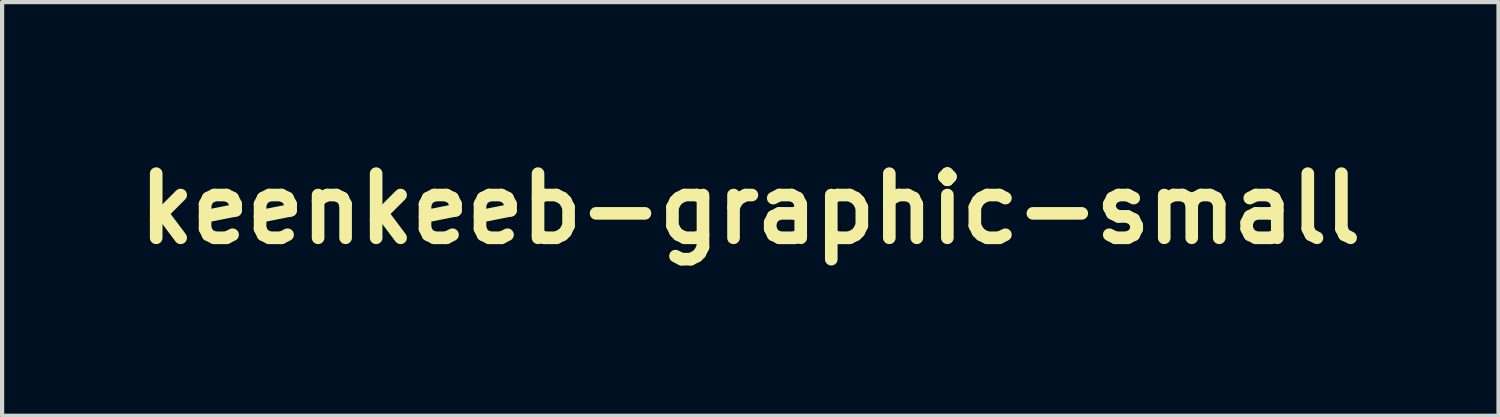
<source format=kicad_pcb>
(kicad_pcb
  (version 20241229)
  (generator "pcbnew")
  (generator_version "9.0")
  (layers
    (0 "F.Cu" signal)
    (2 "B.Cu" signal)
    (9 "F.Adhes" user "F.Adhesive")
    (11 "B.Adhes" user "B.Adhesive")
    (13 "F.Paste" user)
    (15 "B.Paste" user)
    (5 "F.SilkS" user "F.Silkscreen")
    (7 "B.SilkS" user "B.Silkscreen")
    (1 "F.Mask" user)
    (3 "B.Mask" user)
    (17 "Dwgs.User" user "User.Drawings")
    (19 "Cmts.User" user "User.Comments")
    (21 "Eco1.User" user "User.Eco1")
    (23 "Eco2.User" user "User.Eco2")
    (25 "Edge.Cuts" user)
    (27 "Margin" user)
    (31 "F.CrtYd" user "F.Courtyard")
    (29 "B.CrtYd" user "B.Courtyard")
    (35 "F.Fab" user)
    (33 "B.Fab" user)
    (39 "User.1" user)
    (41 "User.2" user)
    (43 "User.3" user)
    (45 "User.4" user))
  (footprint "keenkeeb-graphic-small"
    (layer "F.Cu")
    (at 14.776 1.91)
    (property "Reference" "keenkeeb-graphic-small" (at 0 0 0) (layer "F.SilkS") (effects (font (size 1.524 1.524) (thickness 0.3))))
    (attr through_hole)
    (fp_poly (pts (xy 1.222 -0.697) (xy 1.226 0.511) (xy 1.482 -0.084) (xy 1.738 -0.679) (xy 2.329 -0.683) (xy 2.449 -0.683) (xy 2.561 -0.683) (xy 2.662 -0.683) (xy 2.75 -0.683) (xy 2.822 -0.682) (xy 2.877 -0.682) (xy 2.91 -0.68) (xy 2.921 -0.679) (xy 2.915 -0.667) (xy 2.897 -0.636) (xy 2.868 -0.586) (xy 2.83 -0.522) (xy 2.784 -0.443) (xy 2.731 -0.354) (xy 2.673 -0.255) (xy 2.61 -0.149) (xy 2.595 -0.124) (xy 2.531 -0.015) (xy 2.47 0.087) (xy 2.415 0.182) (xy 2.366 0.266) (xy 2.324 0.338) (xy 2.291 0.395) (xy 2.269 0.435) (xy 2.258 0.456) (xy 2.257 0.457) (xy 2.256 0.466) (xy 2.258 0.48) (xy 2.264 0.499) (xy 2.275 0.527) (xy 2.292 0.564) (xy 2.315 0.612) (xy 2.346 0.674) (xy 2.385 0.75) (xy 2.434 0.843) (xy 2.492 0.954) (xy 2.561 1.085) (xy 2.595 1.15) (xy 2.659 1.27) (xy 2.719 1.384) (xy 2.775 1.489) (xy 2.825 1.584) (xy 2.868 1.667) (xy 2.904 1.735) (xy 2.931 1.787) (xy 2.948 1.82) (xy 2.953 1.832) (xy 2.954 1.837) (xy 2.951 1.842) (xy 2.941 1.845) (xy 2.924 1.848) (xy 2.895 1.85) (xy 2.855 1.851) (xy 2.799 1.852) (xy 2.727 1.852) (xy 2.636 1.852) (xy 2.524 1.852) (xy 2.389 1.851) (xy 2.376 1.851) (xy 1.789 1.848) (xy 1.226 0.544) (xy 1.222 1.199) (xy 1.219 1.854) (xy 0.165 1.854) (xy 0.165 -1.905) (xy 1.219 -1.905) (xy 1.222 -0.697)) (stroke (width 0.01) (type solid)) (fill yes) (layer "F.Mask"))
    (fp_poly (pts (xy -1.076 -0.743) (xy -0.927 -0.719) (xy -0.794 -0.677) (xy -0.679 -0.616) (xy -0.58 -0.536) (xy -0.498 -0.436) (xy -0.431 -0.317) (xy -0.381 -0.178) (xy -0.362 -0.105) (xy -0.354 -0.063) (xy -0.346 -0.02) (xy -0.34 0.026) (xy -0.334 0.078) (xy -0.33 0.138) (xy -0.326 0.207) (xy -0.323 0.288) (xy -0.321 0.383) (xy -0.32 0.494) (xy -0.319 0.623) (xy -0.318 0.773) (xy -0.318 0.944) (xy -0.318 1.032) (xy -0.318 1.854) (xy -1.37 1.854) (xy -1.374 1.064) (xy -1.375 0.902) (xy -1.376 0.765) (xy -1.376 0.648) (xy -1.377 0.551) (xy -1.378 0.471) (xy -1.38 0.406) (xy -1.382 0.355) (xy -1.384 0.315) (xy -1.386 0.284) (xy -1.389 0.26) (xy -1.393 0.241) (xy -1.398 0.226) (xy -1.403 0.211) (xy -1.407 0.202) (xy -1.448 0.126) (xy -1.504 0.072) (xy -1.573 0.038) (xy -1.656 0.026) (xy -1.666 0.026) (xy -1.75 0.037) (xy -1.822 0.071) (xy -1.88 0.126) (xy -1.925 0.201) (xy -1.943 0.249) (xy -1.948 0.267) (xy -1.953 0.286) (xy -1.956 0.307) (xy -1.96 0.333) (xy -1.962 0.366) (xy -1.964 0.407) (xy -1.966 0.46) (xy -1.967 0.525) (xy -1.968 0.606) (xy -1.968 0.704) (xy -1.968 0.821) (xy -1.968 0.96) (xy -1.968 1.094) (xy -1.968 1.854) (xy -3.023 1.854) (xy -3.023 -0.686) (xy -1.968 -0.686) (xy -1.968 -0.489) (xy -1.968 -0.421) (xy -1.966 -0.364) (xy -1.964 -0.321) (xy -1.961 -0.296) (xy -1.959 -0.292) (xy -1.946 -0.302) (xy -1.929 -0.327) (xy -1.924 -0.333) (xy -1.894 -0.376) (xy -1.848 -0.428) (xy -1.794 -0.484) (xy -1.736 -0.536) (xy -1.682 -0.58) (xy -1.658 -0.597) (xy -1.545 -0.657) (xy -1.418 -0.704) (xy -1.285 -0.734) (xy -1.153 -0.745) (xy -1.076 -0.743)) (stroke (width 0.01) (type solid)) (fill yes) (layer "F.Mask"))
    (fp_poly (pts (xy -10.668 -0.696) (xy -10.668 -0.511) (xy -10.668 -0.337) (xy -10.667 -0.175) (xy -10.666 -0.027) (xy -10.665 0.106) (xy -10.664 0.222) (xy -10.663 0.32) (xy -10.662 0.398) (xy -10.66 0.456) (xy -10.659 0.49) (xy -10.657 0.501) (xy -10.657 0.501) (xy -10.65 0.487) (xy -10.634 0.452) (xy -10.61 0.399) (xy -10.579 0.329) (xy -10.542 0.244) (xy -10.5 0.148) (xy -10.454 0.041) (xy -10.404 -0.072) (xy -10.393 -0.098) (xy -10.141 -0.686) (xy -8.951 -0.686) (xy -8.977 -0.645) (xy -8.994 -0.616) (xy -9.021 -0.571) (xy -9.057 -0.511) (xy -9.1 -0.438) (xy -9.149 -0.356) (xy -9.201 -0.267) (xy -9.257 -0.173) (xy -9.314 -0.077) (xy -9.37 0.019) (xy -9.425 0.112) (xy -9.477 0.2) (xy -9.524 0.28) (xy -9.565 0.349) (xy -9.599 0.407) (xy -9.623 0.448) (xy -9.637 0.472) (xy -9.639 0.477) (xy -9.634 0.489) (xy -9.617 0.521) (xy -9.591 0.572) (xy -9.555 0.639) (xy -9.513 0.721) (xy -9.463 0.815) (xy -9.408 0.919) (xy -9.348 1.032) (xy -9.298 1.127) (xy -9.235 1.246) (xy -9.175 1.36) (xy -9.119 1.466) (xy -9.068 1.562) (xy -9.024 1.645) (xy -8.988 1.715) (xy -8.96 1.767) (xy -8.942 1.801) (xy -8.936 1.813) (xy -8.915 1.854) (xy -9.502 1.854) (xy -10.09 1.854) (xy -10.368 1.209) (xy -10.42 1.089) (xy -10.47 0.975) (xy -10.515 0.87) (xy -10.556 0.777) (xy -10.591 0.697) (xy -10.62 0.633) (xy -10.641 0.586) (xy -10.654 0.559) (xy -10.657 0.553) (xy -10.659 0.563) (xy -10.661 0.596) (xy -10.663 0.65) (xy -10.665 0.723) (xy -10.666 0.813) (xy -10.667 0.917) (xy -10.668 1.034) (xy -10.668 1.161) (xy -10.668 1.198) (xy -10.668 1.854) (xy -11.722 1.854) (xy -11.722 -1.905) (xy -10.668 -1.905) (xy -10.668 -0.696)) (stroke (width 0.01) (type solid)) (fill yes) (layer "F.Mask"))
    (fp_poly (pts (xy 4.599 -0.731) (xy 4.777 -0.702) (xy 4.941 -0.654) (xy 5.089 -0.585) (xy 5.221 -0.498) (xy 5.336 -0.392) (xy 5.435 -0.267) (xy 5.512 -0.133) (xy 5.554 -0.039) (xy 5.587 0.057) (xy 5.613 0.159) (xy 5.632 0.27) (xy 5.644 0.395) (xy 5.65 0.537) (xy 5.652 0.666) (xy 5.652 0.889) (xy 4.075 0.889) (xy 4.084 0.918) (xy 4.124 1.004) (xy 4.185 1.078) (xy 4.267 1.139) (xy 4.368 1.186) (xy 4.466 1.213) (xy 4.531 1.223) (xy 4.614 1.229) (xy 4.707 1.231) (xy 4.801 1.23) (xy 4.891 1.224) (xy 4.948 1.218) (xy 5.036 1.203) (xy 5.133 1.181) (xy 5.227 1.155) (xy 5.308 1.128) (xy 5.331 1.12) (xy 5.397 1.093) (xy 5.397 1.761) (xy 5.293 1.795) (xy 5.134 1.839) (xy 4.958 1.873) (xy 4.773 1.897) (xy 4.586 1.911) (xy 4.405 1.912) (xy 4.28 1.906) (xy 4.08 1.878) (xy 3.896 1.831) (xy 3.728 1.766) (xy 3.578 1.683) (xy 3.445 1.582) (xy 3.331 1.465) (xy 3.237 1.333) (xy 3.161 1.185) (xy 3.107 1.024) (xy 3.073 0.849) (xy 3.061 0.661) (xy 3.071 0.462) (xy 3.075 0.425) (xy 3.098 0.294) (xy 4.077 0.294) (xy 4.077 0.33) (xy 4.715 0.33) (xy 4.708 0.23) (xy 4.693 0.125) (xy 4.661 0.039) (xy 4.612 -0.028) (xy 4.547 -0.075) (xy 4.466 -0.104) (xy 4.447 -0.108) (xy 4.372 -0.108) (xy 4.298 -0.086) (xy 4.231 -0.043) (xy 4.175 0.017) (xy 4.147 0.062) (xy 4.122 0.12) (xy 4.1 0.183) (xy 4.084 0.242) (xy 4.077 0.289) (xy 4.077 0.294) (xy 3.098 0.294) (xy 3.108 0.237) (xy 3.16 0.066) (xy 3.232 -0.09) (xy 3.323 -0.232) (xy 3.434 -0.361) (xy 3.441 -0.368) (xy 3.576 -0.485) (xy 3.724 -0.579) (xy 3.885 -0.652) (xy 4.058 -0.703) (xy 4.245 -0.732) (xy 4.407 -0.74) (xy 4.599 -0.731)) (stroke (width 0.01) (type solid)) (fill yes) (layer "F.Mask"))
    (fp_poly (pts (xy 9.919 -0.343) (xy 10.03 -0.455) (xy 10.15 -0.56) (xy 10.279 -0.641) (xy 10.418 -0.699) (xy 10.566 -0.733) (xy 10.724 -0.744) (xy 10.892 -0.732) (xy 10.986 -0.716) (xy 11.121 -0.676) (xy 11.246 -0.613) (xy 11.359 -0.53) (xy 11.458 -0.427) (xy 11.542 -0.307) (xy 11.609 -0.17) (xy 11.632 -0.107) (xy 11.661 -0.015) (xy 11.682 0.072) (xy 11.697 0.161) (xy 11.707 0.257) (xy 11.713 0.366) (xy 11.715 0.493) (xy 11.715 0.502) (xy 11.713 0.627) (xy 11.708 0.734) (xy 11.699 0.828) (xy 11.685 0.914) (xy 11.665 1) (xy 11.639 1.092) (xy 11.634 1.108) (xy 11.569 1.273) (xy 11.488 1.422) (xy 11.392 1.553) (xy 11.282 1.665) (xy 11.16 1.757) (xy 11.027 1.829) (xy 10.884 1.879) (xy 10.733 1.907) (xy 10.575 1.911) (xy 10.497 1.905) (xy 10.403 1.89) (xy 10.323 1.869) (xy 10.247 1.84) (xy 10.218 1.827) (xy 10.105 1.76) (xy 10.009 1.682) (xy 9.97 1.641) (xy 9.919 1.581) (xy 9.919 1.718) (xy 9.919 1.854) (xy 8.865 1.854) (xy 8.865 0.602) (xy 9.893 0.602) (xy 9.9 0.737) (xy 9.919 0.851) (xy 9.951 0.945) (xy 9.998 1.021) (xy 10.059 1.08) (xy 10.122 1.117) (xy 10.191 1.138) (xy 10.27 1.142) (xy 10.349 1.131) (xy 10.42 1.106) (xy 10.436 1.097) (xy 10.496 1.048) (xy 10.55 0.98) (xy 10.594 0.899) (xy 10.623 0.818) (xy 10.633 0.767) (xy 10.642 0.701) (xy 10.649 0.63) (xy 10.652 0.584) (xy 10.65 0.45) (xy 10.632 0.332) (xy 10.599 0.232) (xy 10.552 0.151) (xy 10.491 0.09) (xy 10.416 0.049) (xy 10.329 0.029) (xy 10.257 0.028) (xy 10.173 0.042) (xy 10.102 0.074) (xy 10.036 0.127) (xy 10.033 0.13) (xy 9.984 0.188) (xy 9.946 0.254) (xy 9.919 0.331) (xy 9.902 0.422) (xy 9.894 0.533) (xy 9.893 0.602) (xy 8.865 0.602) (xy 8.865 -1.905) (xy 9.919 -1.905) (xy 9.919 -0.343)) (stroke (width 0.01) (type solid)) (fill yes) (layer "F.Mask"))
    (fp_poly (pts (xy 7.448 -0.732) (xy 7.551 -0.717) (xy 7.722 -0.675) (xy 7.877 -0.614) (xy 8.016 -0.533) (xy 8.139 -0.433) (xy 8.245 -0.315) (xy 8.333 -0.179) (xy 8.357 -0.133) (xy 8.398 -0.042) (xy 8.431 0.05) (xy 8.456 0.146) (xy 8.474 0.25) (xy 8.487 0.367) (xy 8.494 0.501) (xy 8.496 0.655) (xy 8.496 0.664) (xy 8.496 0.889) (xy 6.923 0.889) (xy 6.934 0.925) (xy 6.97 1.007) (xy 7.029 1.078) (xy 7.108 1.137) (xy 7.206 1.183) (xy 7.311 1.213) (xy 7.376 1.223) (xy 7.459 1.229) (xy 7.551 1.231) (xy 7.646 1.23) (xy 7.735 1.224) (xy 7.793 1.218) (xy 7.881 1.203) (xy 7.977 1.181) (xy 8.071 1.155) (xy 8.153 1.128) (xy 8.176 1.12) (xy 8.242 1.093) (xy 8.242 1.762) (xy 8.138 1.796) (xy 7.969 1.841) (xy 7.785 1.876) (xy 7.593 1.9) (xy 7.4 1.912) (xy 7.216 1.911) (xy 7.12 1.905) (xy 6.928 1.879) (xy 6.754 1.838) (xy 6.597 1.78) (xy 6.455 1.705) (xy 6.326 1.612) (xy 6.208 1.5) (xy 6.109 1.375) (xy 6.029 1.234) (xy 5.969 1.079) (xy 5.929 0.911) (xy 5.909 0.732) (xy 5.909 0.56) (xy 5.925 0.387) (xy 5.941 0.301) (xy 6.921 0.301) (xy 6.921 0.33) (xy 7.56 0.33) (xy 7.553 0.23) (xy 7.537 0.125) (xy 7.505 0.038) (xy 7.457 -0.028) (xy 7.392 -0.075) (xy 7.311 -0.103) (xy 7.293 -0.106) (xy 7.214 -0.106) (xy 7.139 -0.083) (xy 7.071 -0.039) (xy 7.015 0.024) (xy 6.991 0.065) (xy 6.968 0.117) (xy 6.947 0.177) (xy 6.931 0.236) (xy 6.922 0.286) (xy 6.921 0.301) (xy 5.941 0.301) (xy 5.955 0.23) (xy 5.999 0.084) (xy 6.06 -0.057) (xy 6.063 -0.063) (xy 6.109 -0.148) (xy 6.154 -0.218) (xy 6.205 -0.283) (xy 6.269 -0.352) (xy 6.286 -0.369) (xy 6.417 -0.481) (xy 6.562 -0.574) (xy 6.722 -0.648) (xy 6.892 -0.701) (xy 7.071 -0.733) (xy 7.257 -0.743) (xy 7.448 -0.732)) (stroke (width 0.01) (type solid)) (fill yes) (layer "F.Mask"))
    (fp_poly (pts (xy -4.369 -0.726) (xy -4.208 -0.691) (xy -4.057 -0.639) (xy -3.919 -0.569) (xy -3.883 -0.546) (xy -3.755 -0.445) (xy -3.646 -0.328) (xy -3.555 -0.194) (xy -3.483 -0.042) (xy -3.432 0.113) (xy -3.422 0.153) (xy -3.414 0.189) (xy -3.408 0.227) (xy -3.404 0.27) (xy -3.4 0.323) (xy -3.398 0.389) (xy -3.396 0.472) (xy -3.394 0.562) (xy -3.388 0.889) (xy -4.171 0.889) (xy -4.335 0.889) (xy -4.476 0.889) (xy -4.595 0.889) (xy -4.693 0.889) (xy -4.773 0.891) (xy -4.836 0.893) (xy -4.883 0.896) (xy -4.917 0.901) (xy -4.939 0.908) (xy -4.951 0.917) (xy -4.954 0.928) (xy -4.95 0.942) (xy -4.941 0.958) (xy -4.928 0.978) (xy -4.913 1.001) (xy -4.912 1.003) (xy -4.853 1.076) (xy -4.774 1.138) (xy -4.675 1.185) (xy -4.652 1.194) (xy -4.608 1.207) (xy -4.561 1.216) (xy -4.505 1.223) (xy -4.433 1.227) (xy -4.385 1.229) (xy -4.186 1.226) (xy -3.998 1.203) (xy -3.824 1.161) (xy -3.719 1.124) (xy -3.645 1.094) (xy -3.645 1.764) (xy -3.748 1.797) (xy -3.93 1.845) (xy -4.128 1.881) (xy -4.332 1.904) (xy -4.537 1.913) (xy -4.735 1.907) (xy -4.759 1.905) (xy -4.96 1.878) (xy -5.143 1.833) (xy -5.309 1.77) (xy -5.458 1.688) (xy -5.589 1.588) (xy -5.703 1.47) (xy -5.798 1.334) (xy -5.85 1.238) (xy -5.894 1.136) (xy -5.927 1.036) (xy -5.95 0.931) (xy -5.964 0.816) (xy -5.97 0.685) (xy -5.97 0.629) (xy -5.959 0.426) (xy -5.944 0.33) (xy -4.964 0.33) (xy -4.315 0.33) (xy -4.324 0.239) (xy -4.343 0.13) (xy -4.377 0.041) (xy -4.426 -0.027) (xy -4.49 -0.075) (xy -4.544 -0.097) (xy -4.628 -0.11) (xy -4.706 -0.099) (xy -4.776 -0.066) (xy -4.838 -0.011) (xy -4.889 0.062) (xy -4.928 0.155) (xy -4.955 0.264) (xy -4.957 0.283) (xy -4.964 0.33) (xy -5.944 0.33) (xy -5.928 0.238) (xy -5.877 0.064) (xy -5.805 -0.094) (xy -5.712 -0.238) (xy -5.6 -0.366) (xy -5.468 -0.479) (xy -5.347 -0.558) (xy -5.201 -0.631) (xy -5.043 -0.686) (xy -4.877 -0.722) (xy -4.707 -0.741) (xy -4.537 -0.742) (xy -4.369 -0.726)) (stroke (width 0.01) (type solid)) (fill yes) (layer "F.Mask"))
    (fp_poly (pts (xy -7.364 -0.74) (xy -7.199 -0.722) (xy -7.042 -0.687) (xy -6.896 -0.636) (xy -6.765 -0.569) (xy -6.737 -0.552) (xy -6.608 -0.452) (xy -6.497 -0.336) (xy -6.406 -0.203) (xy -6.332 -0.054) (xy -6.277 0.113) (xy -6.267 0.153) (xy -6.259 0.189) (xy -6.253 0.227) (xy -6.249 0.27) (xy -6.245 0.323) (xy -6.243 0.389) (xy -6.241 0.472) (xy -6.239 0.562) (xy -6.233 0.889) (xy -7.015 0.889) (xy -7.18 0.889) (xy -7.321 0.889) (xy -7.44 0.889) (xy -7.538 0.889) (xy -7.618 0.891) (xy -7.681 0.893) (xy -7.728 0.896) (xy -7.762 0.901) (xy -7.784 0.908) (xy -7.795 0.917) (xy -7.798 0.928) (xy -7.795 0.942) (xy -7.785 0.958) (xy -7.773 0.978) (xy -7.758 1.001) (xy -7.757 1.003) (xy -7.698 1.076) (xy -7.618 1.138) (xy -7.519 1.186) (xy -7.497 1.194) (xy -7.459 1.206) (xy -7.422 1.214) (xy -7.38 1.22) (xy -7.328 1.224) (xy -7.258 1.226) (xy -7.207 1.227) (xy -7.031 1.224) (xy -6.873 1.208) (xy -6.727 1.178) (xy -6.589 1.134) (xy -6.563 1.124) (xy -6.49 1.094) (xy -6.49 1.764) (xy -6.593 1.797) (xy -6.775 1.845) (xy -6.972 1.881) (xy -7.177 1.904) (xy -7.382 1.913) (xy -7.58 1.907) (xy -7.604 1.905) (xy -7.799 1.88) (xy -7.977 1.837) (xy -8.137 1.777) (xy -8.283 1.699) (xy -8.415 1.602) (xy -8.485 1.537) (xy -8.592 1.413) (xy -8.678 1.275) (xy -8.744 1.121) (xy -8.789 0.953) (xy -8.813 0.771) (xy -8.816 0.575) (xy -8.812 0.495) (xy -8.791 0.33) (xy -7.809 0.33) (xy -7.159 0.33) (xy -7.168 0.249) (xy -7.187 0.138) (xy -7.219 0.048) (xy -7.265 -0.021) (xy -7.326 -0.07) (xy -7.388 -0.097) (xy -7.472 -0.11) (xy -7.55 -0.099) (xy -7.621 -0.066) (xy -7.682 -0.012) (xy -7.734 0.062) (xy -7.773 0.154) (xy -7.799 0.264) (xy -7.802 0.283) (xy -7.809 0.33) (xy -8.791 0.33) (xy -8.787 0.303) (xy -8.741 0.124) (xy -8.675 -0.041) (xy -8.589 -0.191) (xy -8.484 -0.325) (xy -8.36 -0.443) (xy -8.218 -0.544) (xy -8.058 -0.627) (xy -8.013 -0.646) (xy -7.86 -0.695) (xy -7.698 -0.727) (xy -7.531 -0.742) (xy -7.364 -0.74)) (stroke (width 0.01) (type solid)) (fill yes) (layer "F.Mask")))
  (gr_rect
    (start -3 -3)
    (end 32.551 6.828)
    (stroke (width 0.1) (type default))
    (fill no)
    (layer "Edge.Cuts")))
</source>
